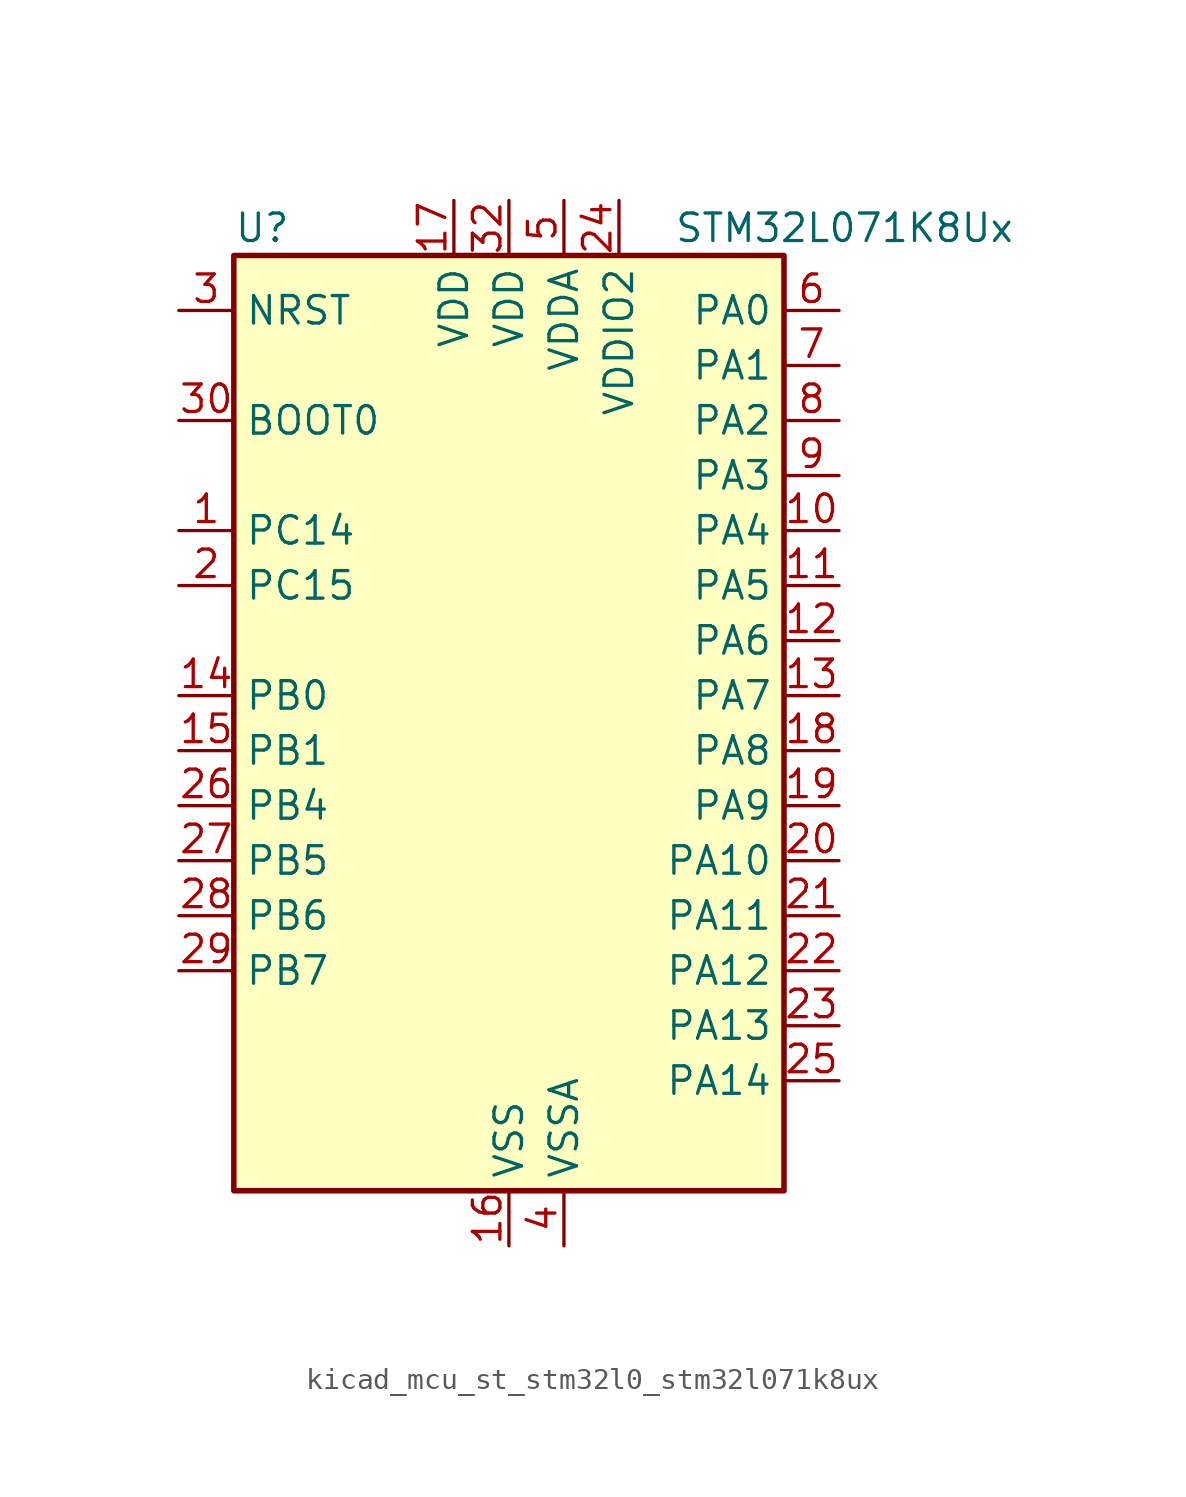
<source format=kicad_sym>
(kicad_symbol_lib
  (version 20220914)
  (generator kicad_symbol_editor)
  (symbol "kicad_mcu_st_stm32l0_stm32l071k8ux"
    (property "Reference" "U"
      (at -12.7 24.13 0)
      (effects (font (size 1.27 1.27)) (justify left)))
    (property "Value" "STM32L071K8Ux"
      (at 7.62 24.13 0)
      (effects (font (size 1.27 1.27)) (justify left)))
    (property "ki_locked" ""
      (at 0 0 0)
      (effects (font (size 1.27 1.27))))
    (symbol "kicad_mcu_st_stm32l0_stm32l071k8ux_0_1"
      (rectangle (start -12.7 -20.32) (end 12.7 22.86) (stroke (width 0.254) (type default)) (fill (type background))))
    (symbol "kicad_mcu_st_stm32l0_stm32l071k8ux_1_1"
      (pin bidirectional line (at -15.24 10.16 0) (length 2.54) (name "PC14" (effects (font (size 1.27 1.27)))) (number "1" (effects (font (size 1.27 1.27)))) (alternate "RCC_OSC32_IN" bidirectional line))
      (pin bidirectional line (at 15.24 10.16 180) (length 2.54) (name "PA4" (effects (font (size 1.27 1.27)))) (number "10" (effects (font (size 1.27 1.27)))) (alternate "ADC_IN4" bidirectional line) (alternate "COMP1_INM" bidirectional line) (alternate "COMP2_INM" bidirectional line) (alternate "SPI1_NSS" bidirectional line) (alternate "TIM22_ETR" bidirectional line) (alternate "USART2_CK" bidirectional line))
      (pin bidirectional line (at 15.24 7.62 180) (length 2.54) (name "PA5" (effects (font (size 1.27 1.27)))) (number "11" (effects (font (size 1.27 1.27)))) (alternate "ADC_IN5" bidirectional line) (alternate "COMP1_INM" bidirectional line) (alternate "COMP2_INM" bidirectional line) (alternate "SPI1_SCK" bidirectional line) (alternate "TIM2_CH1" bidirectional line) (alternate "TIM2_ETR" bidirectional line))
      (pin bidirectional line (at 15.24 5.08 180) (length 2.54) (name "PA6" (effects (font (size 1.27 1.27)))) (number "12" (effects (font (size 1.27 1.27)))) (alternate "ADC_IN6" bidirectional line) (alternate "COMP1_OUT" bidirectional line) (alternate "LPUART1_CTS" bidirectional line) (alternate "SPI1_MISO" bidirectional line) (alternate "TIM22_CH1" bidirectional line) (alternate "TIM3_CH1" bidirectional line))
      (pin bidirectional line (at 15.24 2.54 180) (length 2.54) (name "PA7" (effects (font (size 1.27 1.27)))) (number "13" (effects (font (size 1.27 1.27)))) (alternate "ADC_IN7" bidirectional line) (alternate "COMP2_OUT" bidirectional line) (alternate "SPI1_MOSI" bidirectional line) (alternate "TIM22_CH2" bidirectional line) (alternate "TIM3_CH2" bidirectional line))
      (pin bidirectional line (at -15.24 2.54 0) (length 2.54) (name "PB0" (effects (font (size 1.27 1.27)))) (number "14" (effects (font (size 1.27 1.27)))) (alternate "ADC_IN8" bidirectional line) (alternate "SYS_VREF_OUT_PB0" bidirectional line) (alternate "TIM3_CH3" bidirectional line))
      (pin bidirectional line (at -15.24 0 0) (length 2.54) (name "PB1" (effects (font (size 1.27 1.27)))) (number "15" (effects (font (size 1.27 1.27)))) (alternate "ADC_IN9" bidirectional line) (alternate "LPUART1_DE" bidirectional line) (alternate "LPUART1_RTS" bidirectional line) (alternate "SYS_VREF_OUT_PB1" bidirectional line) (alternate "TIM3_CH4" bidirectional line))
      (pin power_in line (at 0 -22.86 90) (length 2.54) (name "VSS" (effects (font (size 1.27 1.27)))) (number "16" (effects (font (size 1.27 1.27)))))
      (pin power_in line (at -2.54 25.4 270) (length 2.54) (name "VDD" (effects (font (size 1.27 1.27)))) (number "17" (effects (font (size 1.27 1.27)))))
      (pin bidirectional line (at 15.24 0 180) (length 2.54) (name "PA8" (effects (font (size 1.27 1.27)))) (number "18" (effects (font (size 1.27 1.27)))) (alternate "I2C3_SCL" bidirectional line) (alternate "RCC_MCO" bidirectional line) (alternate "USART1_CK" bidirectional line))
      (pin bidirectional line (at 15.24 -2.54 180) (length 2.54) (name "PA9" (effects (font (size 1.27 1.27)))) (number "19" (effects (font (size 1.27 1.27)))) (alternate "I2C1_SCL" bidirectional line) (alternate "I2C3_SMBA" bidirectional line) (alternate "RCC_MCO" bidirectional line) (alternate "USART1_TX" bidirectional line))
      (pin bidirectional line (at -15.24 7.62 0) (length 2.54) (name "PC15" (effects (font (size 1.27 1.27)))) (number "2" (effects (font (size 1.27 1.27)))) (alternate "RCC_OSC32_OUT" bidirectional line))
      (pin bidirectional line (at 15.24 -5.08 180) (length 2.54) (name "PA10" (effects (font (size 1.27 1.27)))) (number "20" (effects (font (size 1.27 1.27)))) (alternate "I2C1_SDA" bidirectional line) (alternate "USART1_RX" bidirectional line))
      (pin bidirectional line (at 15.24 -7.62 180) (length 2.54) (name "PA11" (effects (font (size 1.27 1.27)))) (number "21" (effects (font (size 1.27 1.27)))) (alternate "ADC_EXTI11" bidirectional line) (alternate "COMP1_OUT" bidirectional line) (alternate "SPI1_MISO" bidirectional line) (alternate "USART1_CTS" bidirectional line))
      (pin bidirectional line (at 15.24 -10.16 180) (length 2.54) (name "PA12" (effects (font (size 1.27 1.27)))) (number "22" (effects (font (size 1.27 1.27)))) (alternate "COMP2_OUT" bidirectional line) (alternate "SPI1_MOSI" bidirectional line) (alternate "USART1_DE" bidirectional line) (alternate "USART1_RTS" bidirectional line))
      (pin bidirectional line (at 15.24 -12.7 180) (length 2.54) (name "PA13" (effects (font (size 1.27 1.27)))) (number "23" (effects (font (size 1.27 1.27)))) (alternate "LPUART1_RX" bidirectional line) (alternate "SYS_SWDIO" bidirectional line))
      (pin power_in line (at 5.08 25.4 270) (length 2.54) (name "VDDIO2" (effects (font (size 1.27 1.27)))) (number "24" (effects (font (size 1.27 1.27)))))
      (pin bidirectional line (at 15.24 -15.24 180) (length 2.54) (name "PA14" (effects (font (size 1.27 1.27)))) (number "25" (effects (font (size 1.27 1.27)))) (alternate "LPUART1_TX" bidirectional line) (alternate "SYS_SWCLK" bidirectional line) (alternate "USART2_TX" bidirectional line))
      (pin bidirectional line (at -15.24 -2.54 0) (length 2.54) (name "PB4" (effects (font (size 1.27 1.27)))) (number "26" (effects (font (size 1.27 1.27)))) (alternate "COMP2_INP" bidirectional line) (alternate "I2C3_SDA" bidirectional line) (alternate "SPI1_MISO" bidirectional line) (alternate "TIM22_CH1" bidirectional line) (alternate "TIM3_CH1" bidirectional line) (alternate "USART1_CTS" bidirectional line))
      (pin bidirectional line (at -15.24 -5.08 0) (length 2.54) (name "PB5" (effects (font (size 1.27 1.27)))) (number "27" (effects (font (size 1.27 1.27)))) (alternate "COMP2_INP" bidirectional line) (alternate "I2C1_SMBA" bidirectional line) (alternate "LPTIM1_IN1" bidirectional line) (alternate "SPI1_MOSI" bidirectional line) (alternate "TIM22_CH2" bidirectional line) (alternate "TIM3_CH2" bidirectional line) (alternate "USART1_CK" bidirectional line))
      (pin bidirectional line (at -15.24 -7.62 0) (length 2.54) (name "PB6" (effects (font (size 1.27 1.27)))) (number "28" (effects (font (size 1.27 1.27)))) (alternate "COMP2_INP" bidirectional line) (alternate "I2C1_SCL" bidirectional line) (alternate "LPTIM1_ETR" bidirectional line) (alternate "USART1_TX" bidirectional line))
      (pin bidirectional line (at -15.24 -10.16 0) (length 2.54) (name "PB7" (effects (font (size 1.27 1.27)))) (number "29" (effects (font (size 1.27 1.27)))) (alternate "COMP2_INP" bidirectional line) (alternate "I2C1_SDA" bidirectional line) (alternate "LPTIM1_IN2" bidirectional line) (alternate "SYS_PVD_IN" bidirectional line) (alternate "USART1_RX" bidirectional line) (alternate "USART4_CTS" bidirectional line))
      (pin input line (at -15.24 20.32 0) (length 2.54) (name "NRST" (effects (font (size 1.27 1.27)))) (number "3" (effects (font (size 1.27 1.27)))))
      (pin input line (at -15.24 15.24 0) (length 2.54) (name "BOOT0" (effects (font (size 1.27 1.27)))) (number "30" (effects (font (size 1.27 1.27)))))
      (pin passive line (at 0 -22.86 90) (length 2.54) hide (name "VSS" (effects (font (size 1.27 1.27)))) (number "31" (effects (font (size 1.27 1.27)))))
      (pin power_in line (at 0 25.4 270) (length 2.54) (name "VDD" (effects (font (size 1.27 1.27)))) (number "32" (effects (font (size 1.27 1.27)))))
      (pin passive line (at 0 -22.86 90) (length 2.54) hide (name "VSS" (effects (font (size 1.27 1.27)))) (number "33" (effects (font (size 1.27 1.27)))))
      (pin power_in line (at 2.54 -22.86 90) (length 2.54) (name "VSSA" (effects (font (size 1.27 1.27)))) (number "4" (effects (font (size 1.27 1.27)))))
      (pin power_in line (at 2.54 25.4 270) (length 2.54) (name "VDDA" (effects (font (size 1.27 1.27)))) (number "5" (effects (font (size 1.27 1.27)))))
      (pin bidirectional line (at 15.24 20.32 180) (length 2.54) (name "PA0" (effects (font (size 1.27 1.27)))) (number "6" (effects (font (size 1.27 1.27)))) (alternate "ADC_IN0" bidirectional line) (alternate "COMP1_INM" bidirectional line) (alternate "COMP1_OUT" bidirectional line) (alternate "RTC_TAMP2" bidirectional line) (alternate "SYS_WKUP1" bidirectional line) (alternate "TIM2_CH1" bidirectional line) (alternate "TIM2_ETR" bidirectional line) (alternate "USART2_CTS" bidirectional line) (alternate "USART4_TX" bidirectional line))
      (pin bidirectional line (at 15.24 17.78 180) (length 2.54) (name "PA1" (effects (font (size 1.27 1.27)))) (number "7" (effects (font (size 1.27 1.27)))) (alternate "ADC_IN1" bidirectional line) (alternate "COMP1_INP" bidirectional line) (alternate "TIM21_ETR" bidirectional line) (alternate "TIM2_CH2" bidirectional line) (alternate "USART2_DE" bidirectional line) (alternate "USART2_RTS" bidirectional line) (alternate "USART4_RX" bidirectional line))
      (pin bidirectional line (at 15.24 15.24 180) (length 2.54) (name "PA2" (effects (font (size 1.27 1.27)))) (number "8" (effects (font (size 1.27 1.27)))) (alternate "ADC_IN2" bidirectional line) (alternate "COMP2_INM" bidirectional line) (alternate "COMP2_OUT" bidirectional line) (alternate "LPUART1_TX" bidirectional line) (alternate "TIM21_CH1" bidirectional line) (alternate "TIM2_CH3" bidirectional line) (alternate "USART2_TX" bidirectional line))
      (pin bidirectional line (at 15.24 12.7 180) (length 2.54) (name "PA3" (effects (font (size 1.27 1.27)))) (number "9" (effects (font (size 1.27 1.27)))) (alternate "ADC_IN3" bidirectional line) (alternate "COMP2_INP" bidirectional line) (alternate "LPUART1_RX" bidirectional line) (alternate "TIM21_CH2" bidirectional line) (alternate "TIM2_CH4" bidirectional line) (alternate "USART2_RX" bidirectional line)))))
</source>
